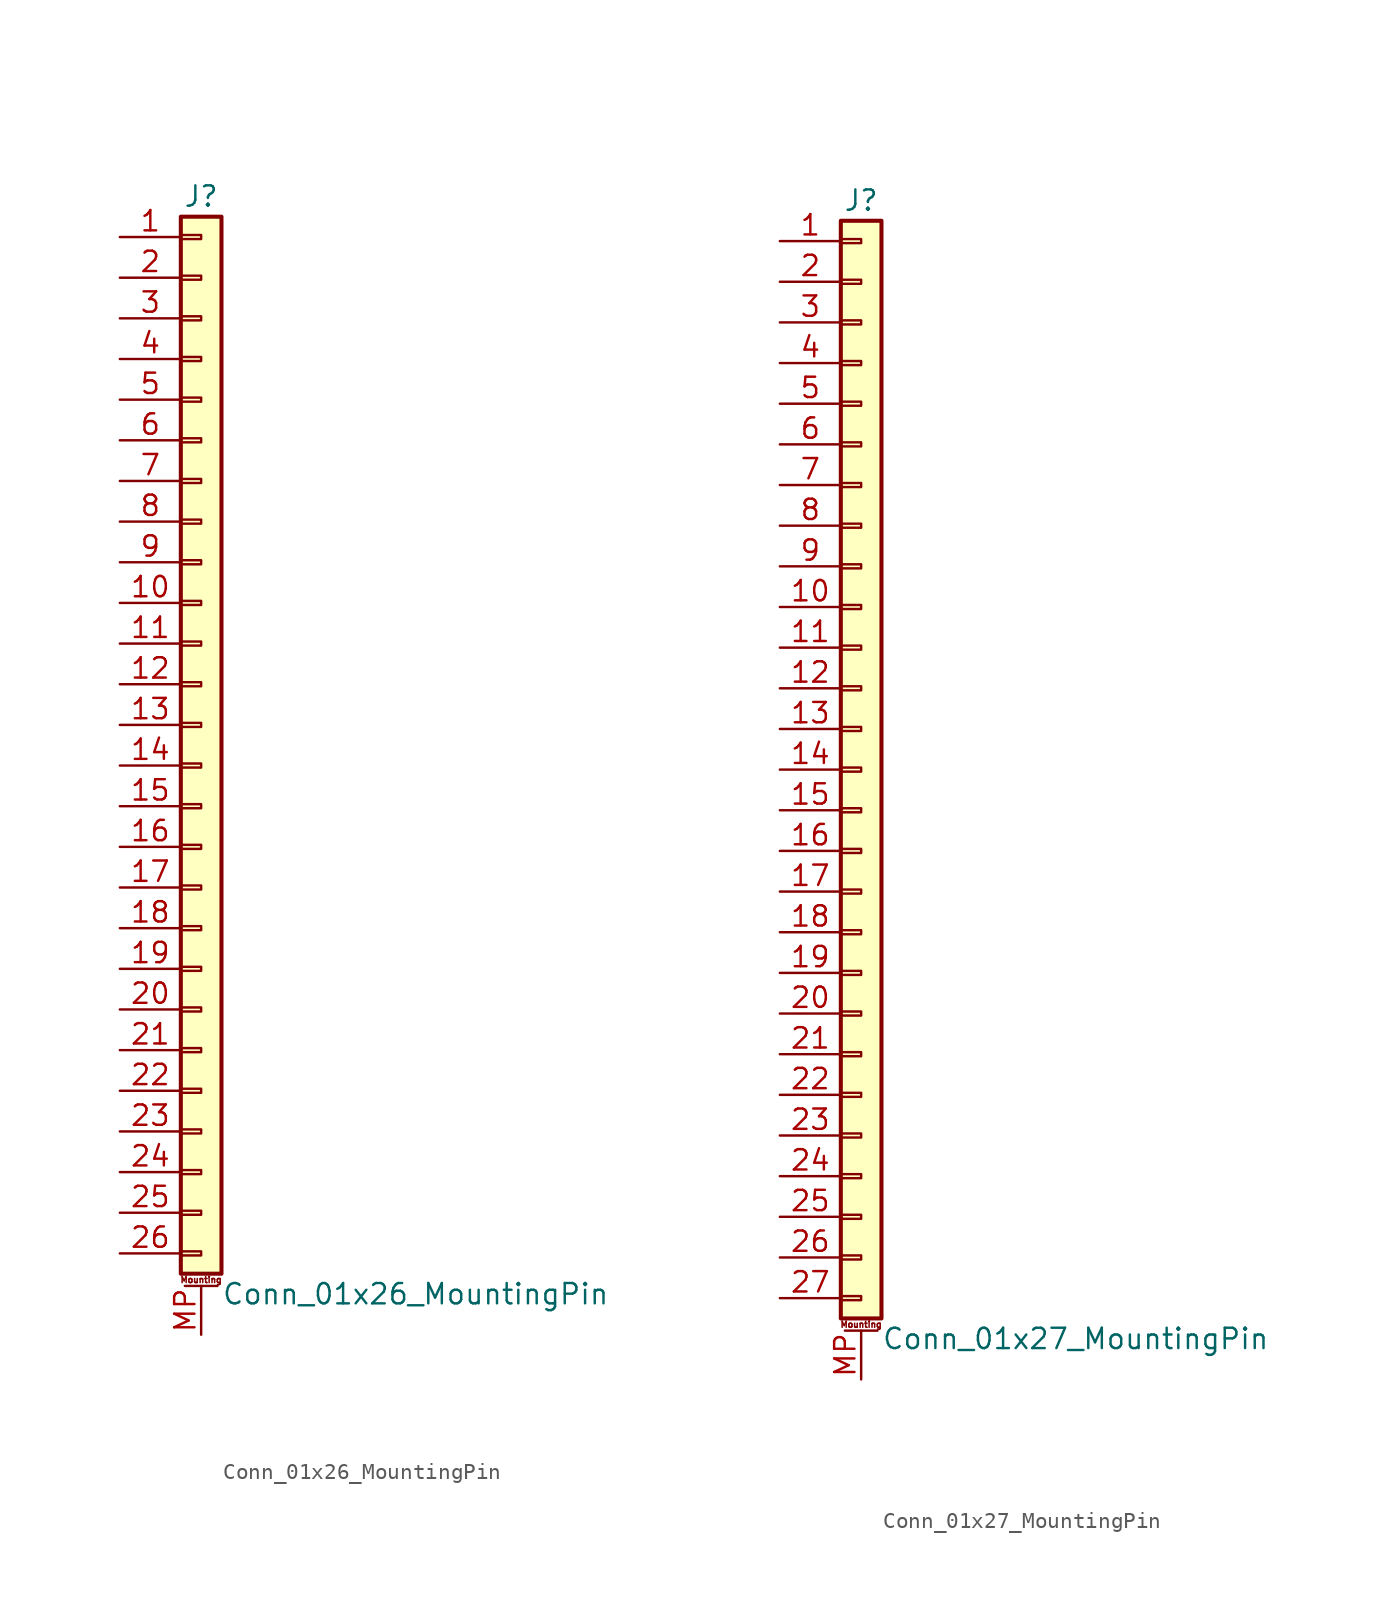
<source format=kicad_sym>
(kicad_symbol_lib
  (version 20211014)
  (generator kicad_symbol_editor)
  (symbol "Conn_01x26_MountingPin"
    (pin_names
      (offset 1.016) hide)
    (property "Reference" "J"
      (at 0 33.02 0)
      (effects (font (size 1.27 1.27))))
    (property "Value" "Conn_01x26_MountingPin"
      (at 1.27 -35.56 0)
      (effects (font (size 1.27 1.27)) (justify left)))
    (symbol "Conn_01x26_MountingPin_1_1"
      (rectangle (start -1.27 -32.893) (end 0 -33.147) (stroke (width 0.152) (type default) (color 0 0 0 0)) (fill (type none)))
      (rectangle (start -1.27 -30.353) (end 0 -30.607) (stroke (width 0.152) (type default) (color 0 0 0 0)) (fill (type none)))
      (rectangle (start -1.27 -27.813) (end 0 -28.067) (stroke (width 0.152) (type default) (color 0 0 0 0)) (fill (type none)))
      (rectangle (start -1.27 -25.273) (end 0 -25.527) (stroke (width 0.152) (type default) (color 0 0 0 0)) (fill (type none)))
      (rectangle (start -1.27 -22.733) (end 0 -22.987) (stroke (width 0.152) (type default) (color 0 0 0 0)) (fill (type none)))
      (rectangle (start -1.27 -20.193) (end 0 -20.447) (stroke (width 0.152) (type default) (color 0 0 0 0)) (fill (type none)))
      (rectangle (start -1.27 -17.653) (end 0 -17.907) (stroke (width 0.152) (type default) (color 0 0 0 0)) (fill (type none)))
      (rectangle (start -1.27 -15.113) (end 0 -15.367) (stroke (width 0.152) (type default) (color 0 0 0 0)) (fill (type none)))
      (rectangle (start -1.27 -12.573) (end 0 -12.827) (stroke (width 0.152) (type default) (color 0 0 0 0)) (fill (type none)))
      (rectangle (start -1.27 -10.033) (end 0 -10.287) (stroke (width 0.152) (type default) (color 0 0 0 0)) (fill (type none)))
      (rectangle (start -1.27 -7.493) (end 0 -7.747) (stroke (width 0.152) (type default) (color 0 0 0 0)) (fill (type none)))
      (rectangle (start -1.27 -4.953) (end 0 -5.207) (stroke (width 0.152) (type default) (color 0 0 0 0)) (fill (type none)))
      (rectangle (start -1.27 -2.413) (end 0 -2.667) (stroke (width 0.152) (type default) (color 0 0 0 0)) (fill (type none)))
      (rectangle (start -1.27 0.127) (end 0 -0.127) (stroke (width 0.152) (type default) (color 0 0 0 0)) (fill (type none)))
      (rectangle (start -1.27 2.667) (end 0 2.413) (stroke (width 0.152) (type default) (color 0 0 0 0)) (fill (type none)))
      (rectangle (start -1.27 5.207) (end 0 4.953) (stroke (width 0.152) (type default) (color 0 0 0 0)) (fill (type none)))
      (rectangle (start -1.27 7.747) (end 0 7.493) (stroke (width 0.152) (type default) (color 0 0 0 0)) (fill (type none)))
      (rectangle (start -1.27 10.287) (end 0 10.033) (stroke (width 0.152) (type default) (color 0 0 0 0)) (fill (type none)))
      (rectangle (start -1.27 12.827) (end 0 12.573) (stroke (width 0.152) (type default) (color 0 0 0 0)) (fill (type none)))
      (rectangle (start -1.27 15.367) (end 0 15.113) (stroke (width 0.152) (type default) (color 0 0 0 0)) (fill (type none)))
      (rectangle (start -1.27 17.907) (end 0 17.653) (stroke (width 0.152) (type default) (color 0 0 0 0)) (fill (type none)))
      (rectangle (start -1.27 20.447) (end 0 20.193) (stroke (width 0.152) (type default) (color 0 0 0 0)) (fill (type none)))
      (rectangle (start -1.27 22.987) (end 0 22.733) (stroke (width 0.152) (type default) (color 0 0 0 0)) (fill (type none)))
      (rectangle (start -1.27 25.527) (end 0 25.273) (stroke (width 0.152) (type default) (color 0 0 0 0)) (fill (type none)))
      (rectangle (start -1.27 28.067) (end 0 27.813) (stroke (width 0.152) (type default) (color 0 0 0 0)) (fill (type none)))
      (rectangle (start -1.27 30.607) (end 0 30.353) (stroke (width 0.152) (type default) (color 0 0 0 0)) (fill (type none)))
      (rectangle (start -1.27 31.75) (end 1.27 -34.29) (stroke (width 0.254) (type default) (color 0 0 0 0)) (fill (type background)))
      (polyline (pts (xy -1.016 -35.052) (xy 1.016 -35.052)) (stroke (width 0.152) (type default) (color 0 0 0 0)) (fill (type none)))
      (text "Mounting" (at 0 -34.671 0) (effects (font (size 0.381 0.381))))
      (pin passive line (at -5.08 30.48 0) (length 3.81) (name "Pin_1" (effects (font (size 1.27 1.27)))) (number "1" (effects (font (size 1.27 1.27)))))
      (pin passive line (at -5.08 7.62 0) (length 3.81) (name "Pin_10" (effects (font (size 1.27 1.27)))) (number "10" (effects (font (size 1.27 1.27)))))
      (pin passive line (at -5.08 5.08 0) (length 3.81) (name "Pin_11" (effects (font (size 1.27 1.27)))) (number "11" (effects (font (size 1.27 1.27)))))
      (pin passive line (at -5.08 2.54 0) (length 3.81) (name "Pin_12" (effects (font (size 1.27 1.27)))) (number "12" (effects (font (size 1.27 1.27)))))
      (pin passive line (at -5.08 0 0) (length 3.81) (name "Pin_13" (effects (font (size 1.27 1.27)))) (number "13" (effects (font (size 1.27 1.27)))))
      (pin passive line (at -5.08 -2.54 0) (length 3.81) (name "Pin_14" (effects (font (size 1.27 1.27)))) (number "14" (effects (font (size 1.27 1.27)))))
      (pin passive line (at -5.08 -5.08 0) (length 3.81) (name "Pin_15" (effects (font (size 1.27 1.27)))) (number "15" (effects (font (size 1.27 1.27)))))
      (pin passive line (at -5.08 -7.62 0) (length 3.81) (name "Pin_16" (effects (font (size 1.27 1.27)))) (number "16" (effects (font (size 1.27 1.27)))))
      (pin passive line (at -5.08 -10.16 0) (length 3.81) (name "Pin_17" (effects (font (size 1.27 1.27)))) (number "17" (effects (font (size 1.27 1.27)))))
      (pin passive line (at -5.08 -12.7 0) (length 3.81) (name "Pin_18" (effects (font (size 1.27 1.27)))) (number "18" (effects (font (size 1.27 1.27)))))
      (pin passive line (at -5.08 -15.24 0) (length 3.81) (name "Pin_19" (effects (font (size 1.27 1.27)))) (number "19" (effects (font (size 1.27 1.27)))))
      (pin passive line (at -5.08 27.94 0) (length 3.81) (name "Pin_2" (effects (font (size 1.27 1.27)))) (number "2" (effects (font (size 1.27 1.27)))))
      (pin passive line (at -5.08 -17.78 0) (length 3.81) (name "Pin_20" (effects (font (size 1.27 1.27)))) (number "20" (effects (font (size 1.27 1.27)))))
      (pin passive line (at -5.08 -20.32 0) (length 3.81) (name "Pin_21" (effects (font (size 1.27 1.27)))) (number "21" (effects (font (size 1.27 1.27)))))
      (pin passive line (at -5.08 -22.86 0) (length 3.81) (name "Pin_22" (effects (font (size 1.27 1.27)))) (number "22" (effects (font (size 1.27 1.27)))))
      (pin passive line (at -5.08 -25.4 0) (length 3.81) (name "Pin_23" (effects (font (size 1.27 1.27)))) (number "23" (effects (font (size 1.27 1.27)))))
      (pin passive line (at -5.08 -27.94 0) (length 3.81) (name "Pin_24" (effects (font (size 1.27 1.27)))) (number "24" (effects (font (size 1.27 1.27)))))
      (pin passive line (at -5.08 -30.48 0) (length 3.81) (name "Pin_25" (effects (font (size 1.27 1.27)))) (number "25" (effects (font (size 1.27 1.27)))))
      (pin passive line (at -5.08 -33.02 0) (length 3.81) (name "Pin_26" (effects (font (size 1.27 1.27)))) (number "26" (effects (font (size 1.27 1.27)))))
      (pin passive line (at -5.08 25.4 0) (length 3.81) (name "Pin_3" (effects (font (size 1.27 1.27)))) (number "3" (effects (font (size 1.27 1.27)))))
      (pin passive line (at -5.08 22.86 0) (length 3.81) (name "Pin_4" (effects (font (size 1.27 1.27)))) (number "4" (effects (font (size 1.27 1.27)))))
      (pin passive line (at -5.08 20.32 0) (length 3.81) (name "Pin_5" (effects (font (size 1.27 1.27)))) (number "5" (effects (font (size 1.27 1.27)))))
      (pin passive line (at -5.08 17.78 0) (length 3.81) (name "Pin_6" (effects (font (size 1.27 1.27)))) (number "6" (effects (font (size 1.27 1.27)))))
      (pin passive line (at -5.08 15.24 0) (length 3.81) (name "Pin_7" (effects (font (size 1.27 1.27)))) (number "7" (effects (font (size 1.27 1.27)))))
      (pin passive line (at -5.08 12.7 0) (length 3.81) (name "Pin_8" (effects (font (size 1.27 1.27)))) (number "8" (effects (font (size 1.27 1.27)))))
      (pin passive line (at -5.08 10.16 0) (length 3.81) (name "Pin_9" (effects (font (size 1.27 1.27)))) (number "9" (effects (font (size 1.27 1.27)))))
      (pin passive line (at 0 -38.1 90) (length 3.048) (name "MountPin" (effects (font (size 1.27 1.27)))) (number "MP" (effects (font (size 1.27 1.27)))))))
  (symbol "Conn_01x27_MountingPin"
    (pin_names
      (offset 1.016) hide)
    (property "Reference" "J"
      (at 0 35.56 0)
      (effects (font (size 1.27 1.27))))
    (property "Value" "Conn_01x27_MountingPin"
      (at 1.27 -35.56 0)
      (effects (font (size 1.27 1.27)) (justify left)))
    (symbol "Conn_01x27_MountingPin_1_1"
      (rectangle (start -1.27 -32.893) (end 0 -33.147) (stroke (width 0.152) (type default) (color 0 0 0 0)) (fill (type none)))
      (rectangle (start -1.27 -30.353) (end 0 -30.607) (stroke (width 0.152) (type default) (color 0 0 0 0)) (fill (type none)))
      (rectangle (start -1.27 -27.813) (end 0 -28.067) (stroke (width 0.152) (type default) (color 0 0 0 0)) (fill (type none)))
      (rectangle (start -1.27 -25.273) (end 0 -25.527) (stroke (width 0.152) (type default) (color 0 0 0 0)) (fill (type none)))
      (rectangle (start -1.27 -22.733) (end 0 -22.987) (stroke (width 0.152) (type default) (color 0 0 0 0)) (fill (type none)))
      (rectangle (start -1.27 -20.193) (end 0 -20.447) (stroke (width 0.152) (type default) (color 0 0 0 0)) (fill (type none)))
      (rectangle (start -1.27 -17.653) (end 0 -17.907) (stroke (width 0.152) (type default) (color 0 0 0 0)) (fill (type none)))
      (rectangle (start -1.27 -15.113) (end 0 -15.367) (stroke (width 0.152) (type default) (color 0 0 0 0)) (fill (type none)))
      (rectangle (start -1.27 -12.573) (end 0 -12.827) (stroke (width 0.152) (type default) (color 0 0 0 0)) (fill (type none)))
      (rectangle (start -1.27 -10.033) (end 0 -10.287) (stroke (width 0.152) (type default) (color 0 0 0 0)) (fill (type none)))
      (rectangle (start -1.27 -7.493) (end 0 -7.747) (stroke (width 0.152) (type default) (color 0 0 0 0)) (fill (type none)))
      (rectangle (start -1.27 -4.953) (end 0 -5.207) (stroke (width 0.152) (type default) (color 0 0 0 0)) (fill (type none)))
      (rectangle (start -1.27 -2.413) (end 0 -2.667) (stroke (width 0.152) (type default) (color 0 0 0 0)) (fill (type none)))
      (rectangle (start -1.27 0.127) (end 0 -0.127) (stroke (width 0.152) (type default) (color 0 0 0 0)) (fill (type none)))
      (rectangle (start -1.27 2.667) (end 0 2.413) (stroke (width 0.152) (type default) (color 0 0 0 0)) (fill (type none)))
      (rectangle (start -1.27 5.207) (end 0 4.953) (stroke (width 0.152) (type default) (color 0 0 0 0)) (fill (type none)))
      (rectangle (start -1.27 7.747) (end 0 7.493) (stroke (width 0.152) (type default) (color 0 0 0 0)) (fill (type none)))
      (rectangle (start -1.27 10.287) (end 0 10.033) (stroke (width 0.152) (type default) (color 0 0 0 0)) (fill (type none)))
      (rectangle (start -1.27 12.827) (end 0 12.573) (stroke (width 0.152) (type default) (color 0 0 0 0)) (fill (type none)))
      (rectangle (start -1.27 15.367) (end 0 15.113) (stroke (width 0.152) (type default) (color 0 0 0 0)) (fill (type none)))
      (rectangle (start -1.27 17.907) (end 0 17.653) (stroke (width 0.152) (type default) (color 0 0 0 0)) (fill (type none)))
      (rectangle (start -1.27 20.447) (end 0 20.193) (stroke (width 0.152) (type default) (color 0 0 0 0)) (fill (type none)))
      (rectangle (start -1.27 22.987) (end 0 22.733) (stroke (width 0.152) (type default) (color 0 0 0 0)) (fill (type none)))
      (rectangle (start -1.27 25.527) (end 0 25.273) (stroke (width 0.152) (type default) (color 0 0 0 0)) (fill (type none)))
      (rectangle (start -1.27 28.067) (end 0 27.813) (stroke (width 0.152) (type default) (color 0 0 0 0)) (fill (type none)))
      (rectangle (start -1.27 30.607) (end 0 30.353) (stroke (width 0.152) (type default) (color 0 0 0 0)) (fill (type none)))
      (rectangle (start -1.27 33.147) (end 0 32.893) (stroke (width 0.152) (type default) (color 0 0 0 0)) (fill (type none)))
      (rectangle (start -1.27 34.29) (end 1.27 -34.29) (stroke (width 0.254) (type default) (color 0 0 0 0)) (fill (type background)))
      (polyline (pts (xy -1.016 -35.052) (xy 1.016 -35.052)) (stroke (width 0.152) (type default) (color 0 0 0 0)) (fill (type none)))
      (text "Mounting" (at 0 -34.671 0) (effects (font (size 0.381 0.381))))
      (pin passive line (at -5.08 33.02 0) (length 3.81) (name "Pin_1" (effects (font (size 1.27 1.27)))) (number "1" (effects (font (size 1.27 1.27)))))
      (pin passive line (at -5.08 10.16 0) (length 3.81) (name "Pin_10" (effects (font (size 1.27 1.27)))) (number "10" (effects (font (size 1.27 1.27)))))
      (pin passive line (at -5.08 7.62 0) (length 3.81) (name "Pin_11" (effects (font (size 1.27 1.27)))) (number "11" (effects (font (size 1.27 1.27)))))
      (pin passive line (at -5.08 5.08 0) (length 3.81) (name "Pin_12" (effects (font (size 1.27 1.27)))) (number "12" (effects (font (size 1.27 1.27)))))
      (pin passive line (at -5.08 2.54 0) (length 3.81) (name "Pin_13" (effects (font (size 1.27 1.27)))) (number "13" (effects (font (size 1.27 1.27)))))
      (pin passive line (at -5.08 0 0) (length 3.81) (name "Pin_14" (effects (font (size 1.27 1.27)))) (number "14" (effects (font (size 1.27 1.27)))))
      (pin passive line (at -5.08 -2.54 0) (length 3.81) (name "Pin_15" (effects (font (size 1.27 1.27)))) (number "15" (effects (font (size 1.27 1.27)))))
      (pin passive line (at -5.08 -5.08 0) (length 3.81) (name "Pin_16" (effects (font (size 1.27 1.27)))) (number "16" (effects (font (size 1.27 1.27)))))
      (pin passive line (at -5.08 -7.62 0) (length 3.81) (name "Pin_17" (effects (font (size 1.27 1.27)))) (number "17" (effects (font (size 1.27 1.27)))))
      (pin passive line (at -5.08 -10.16 0) (length 3.81) (name "Pin_18" (effects (font (size 1.27 1.27)))) (number "18" (effects (font (size 1.27 1.27)))))
      (pin passive line (at -5.08 -12.7 0) (length 3.81) (name "Pin_19" (effects (font (size 1.27 1.27)))) (number "19" (effects (font (size 1.27 1.27)))))
      (pin passive line (at -5.08 30.48 0) (length 3.81) (name "Pin_2" (effects (font (size 1.27 1.27)))) (number "2" (effects (font (size 1.27 1.27)))))
      (pin passive line (at -5.08 -15.24 0) (length 3.81) (name "Pin_20" (effects (font (size 1.27 1.27)))) (number "20" (effects (font (size 1.27 1.27)))))
      (pin passive line (at -5.08 -17.78 0) (length 3.81) (name "Pin_21" (effects (font (size 1.27 1.27)))) (number "21" (effects (font (size 1.27 1.27)))))
      (pin passive line (at -5.08 -20.32 0) (length 3.81) (name "Pin_22" (effects (font (size 1.27 1.27)))) (number "22" (effects (font (size 1.27 1.27)))))
      (pin passive line (at -5.08 -22.86 0) (length 3.81) (name "Pin_23" (effects (font (size 1.27 1.27)))) (number "23" (effects (font (size 1.27 1.27)))))
      (pin passive line (at -5.08 -25.4 0) (length 3.81) (name "Pin_24" (effects (font (size 1.27 1.27)))) (number "24" (effects (font (size 1.27 1.27)))))
      (pin passive line (at -5.08 -27.94 0) (length 3.81) (name "Pin_25" (effects (font (size 1.27 1.27)))) (number "25" (effects (font (size 1.27 1.27)))))
      (pin passive line (at -5.08 -30.48 0) (length 3.81) (name "Pin_26" (effects (font (size 1.27 1.27)))) (number "26" (effects (font (size 1.27 1.27)))))
      (pin passive line (at -5.08 -33.02 0) (length 3.81) (name "Pin_27" (effects (font (size 1.27 1.27)))) (number "27" (effects (font (size 1.27 1.27)))))
      (pin passive line (at -5.08 27.94 0) (length 3.81) (name "Pin_3" (effects (font (size 1.27 1.27)))) (number "3" (effects (font (size 1.27 1.27)))))
      (pin passive line (at -5.08 25.4 0) (length 3.81) (name "Pin_4" (effects (font (size 1.27 1.27)))) (number "4" (effects (font (size 1.27 1.27)))))
      (pin passive line (at -5.08 22.86 0) (length 3.81) (name "Pin_5" (effects (font (size 1.27 1.27)))) (number "5" (effects (font (size 1.27 1.27)))))
      (pin passive line (at -5.08 20.32 0) (length 3.81) (name "Pin_6" (effects (font (size 1.27 1.27)))) (number "6" (effects (font (size 1.27 1.27)))))
      (pin passive line (at -5.08 17.78 0) (length 3.81) (name "Pin_7" (effects (font (size 1.27 1.27)))) (number "7" (effects (font (size 1.27 1.27)))))
      (pin passive line (at -5.08 15.24 0) (length 3.81) (name "Pin_8" (effects (font (size 1.27 1.27)))) (number "8" (effects (font (size 1.27 1.27)))))
      (pin passive line (at -5.08 12.7 0) (length 3.81) (name "Pin_9" (effects (font (size 1.27 1.27)))) (number "9" (effects (font (size 1.27 1.27)))))
      (pin passive line (at 0 -38.1 90) (length 3.048) (name "MountPin" (effects (font (size 1.27 1.27)))) (number "MP" (effects (font (size 1.27 1.27))))))))
</source>
